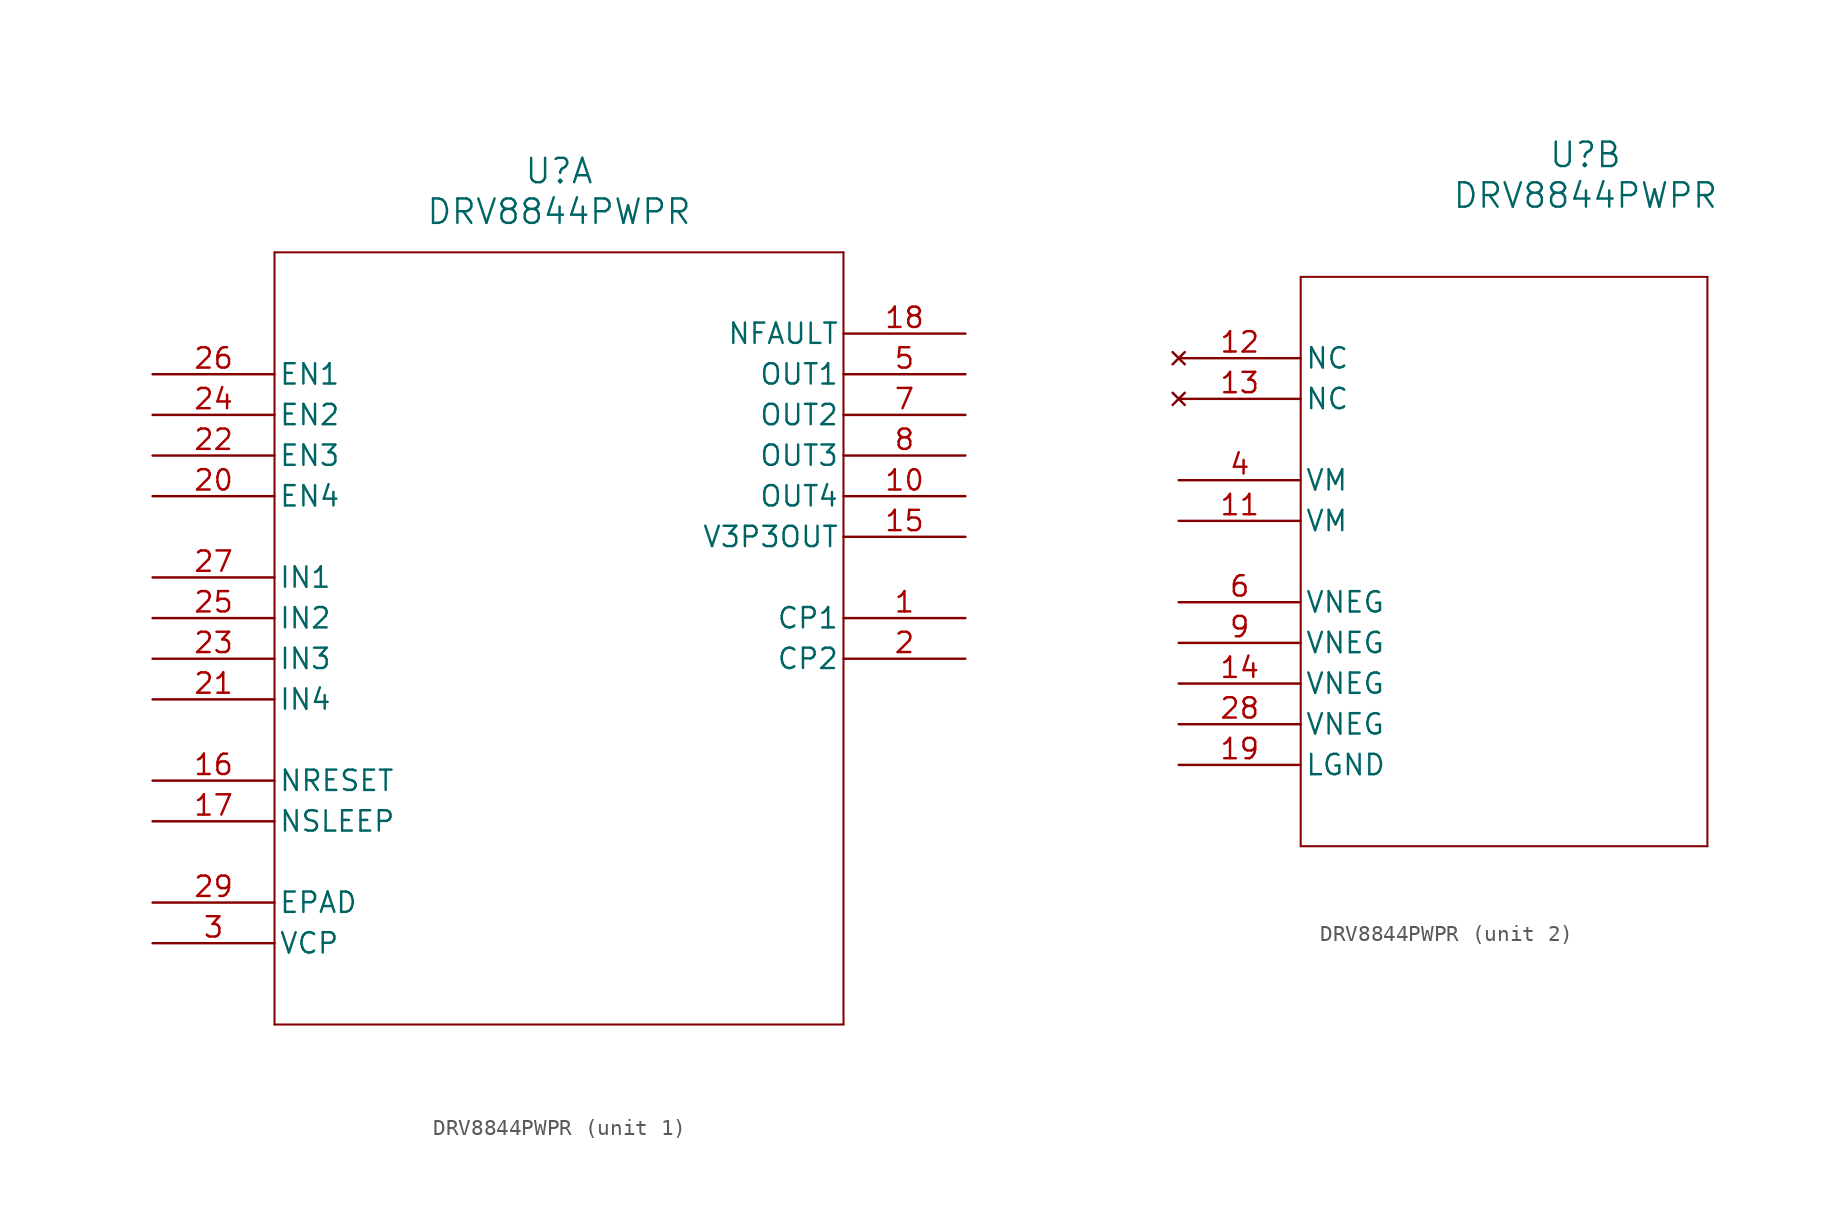
<source format=kicad_sym>
(kicad_symbol_lib
  (version 20211014)
  (generator kicad_symbol_editor)
  (symbol "DRV8844PWPR"
    (pin_names
      (offset 0.254))
    (property "Reference" "U"
      (at 25.4 12.7 0)
      (effects (font (size 1.524 1.524))))
    (property "Value" "DRV8844PWPR"
      (at 25.4 10.16 0)
      (effects (font (size 1.524 1.524))))
    (symbol "DRV8844PWPR_1_1"
      (polyline (pts (xy 7.62 7.62) (xy 7.62 -40.64)) (stroke (width 0.127) (type default) (color 0 0 0 0)) (fill (type none)))
      (polyline (pts (xy 7.62 -40.64) (xy 43.18 -40.64)) (stroke (width 0.127) (type default) (color 0 0 0 0)) (fill (type none)))
      (polyline (pts (xy 43.18 -40.64) (xy 43.18 7.62)) (stroke (width 0.127) (type default) (color 0 0 0 0)) (fill (type none)))
      (polyline (pts (xy 43.18 7.62) (xy 7.62 7.62)) (stroke (width 0.127) (type default) (color 0 0 0 0)) (fill (type none)))
      (pin bidirectional line (at 50.8 -15.24 180) (length 7.62) (name "CP1" (effects (font (size 1.27 1.27)))) (number "1" (effects (font (size 1.27 1.27)))))
      (pin bidirectional line (at 50.8 -17.78 180) (length 7.62) (name "CP2" (effects (font (size 1.27 1.27)))) (number "2" (effects (font (size 1.27 1.27)))))
      (pin bidirectional line (at 0 -35.56 0) (length 7.62) (name "VCP" (effects (font (size 1.27 1.27)))) (number "3" (effects (font (size 1.27 1.27)))))
      (pin output line (at 50.8 0 180) (length 7.62) (name "OUT1" (effects (font (size 1.27 1.27)))) (number "5" (effects (font (size 1.27 1.27)))))
      (pin output line (at 50.8 -2.54 180) (length 7.62) (name "OUT2" (effects (font (size 1.27 1.27)))) (number "7" (effects (font (size 1.27 1.27)))))
      (pin output line (at 50.8 -5.08 180) (length 7.62) (name "OUT3" (effects (font (size 1.27 1.27)))) (number "8" (effects (font (size 1.27 1.27)))))
      (pin output line (at 50.8 -7.62 180) (length 7.62) (name "OUT4" (effects (font (size 1.27 1.27)))) (number "10" (effects (font (size 1.27 1.27)))))
      (pin output line (at 50.8 -10.16 180) (length 7.62) (name "V3P3OUT" (effects (font (size 1.27 1.27)))) (number "15" (effects (font (size 1.27 1.27)))))
      (pin input line (at 0 -25.4 0) (length 7.62) (name "NRESET" (effects (font (size 1.27 1.27)))) (number "16" (effects (font (size 1.27 1.27)))))
      (pin input line (at 0 -27.94 0) (length 7.62) (name "NSLEEP" (effects (font (size 1.27 1.27)))) (number "17" (effects (font (size 1.27 1.27)))))
      (pin output line (at 50.8 2.54 180) (length 7.62) (name "NFAULT" (effects (font (size 1.27 1.27)))) (number "18" (effects (font (size 1.27 1.27)))))
      (pin input line (at 0 -7.62 0) (length 7.62) (name "EN4" (effects (font (size 1.27 1.27)))) (number "20" (effects (font (size 1.27 1.27)))))
      (pin input line (at 0 -20.32 0) (length 7.62) (name "IN4" (effects (font (size 1.27 1.27)))) (number "21" (effects (font (size 1.27 1.27)))))
      (pin input line (at 0 -5.08 0) (length 7.62) (name "EN3" (effects (font (size 1.27 1.27)))) (number "22" (effects (font (size 1.27 1.27)))))
      (pin input line (at 0 -17.78 0) (length 7.62) (name "IN3" (effects (font (size 1.27 1.27)))) (number "23" (effects (font (size 1.27 1.27)))))
      (pin input line (at 0 -2.54 0) (length 7.62) (name "EN2" (effects (font (size 1.27 1.27)))) (number "24" (effects (font (size 1.27 1.27)))))
      (pin input line (at 0 -15.24 0) (length 7.62) (name "IN2" (effects (font (size 1.27 1.27)))) (number "25" (effects (font (size 1.27 1.27)))))
      (pin input line (at 0 0 0) (length 7.62) (name "EN1" (effects (font (size 1.27 1.27)))) (number "26" (effects (font (size 1.27 1.27)))))
      (pin input line (at 0 -12.7 0) (length 7.62) (name "IN1" (effects (font (size 1.27 1.27)))) (number "27" (effects (font (size 1.27 1.27)))))
      (pin unspecified line (at 0 -33.02 0) (length 7.62) (name "EPAD" (effects (font (size 1.27 1.27)))) (number "29" (effects (font (size 1.27 1.27))))))
    (symbol "DRV8844PWPR_2_1"
      (polyline (pts (xy 7.62 5.08) (xy 7.62 -30.48)) (stroke (width 0.127) (type default) (color 0 0 0 0)) (fill (type none)))
      (polyline (pts (xy 7.62 -30.48) (xy 33.02 -30.48)) (stroke (width 0.127) (type default) (color 0 0 0 0)) (fill (type none)))
      (polyline (pts (xy 33.02 -30.48) (xy 33.02 5.08)) (stroke (width 0.127) (type default) (color 0 0 0 0)) (fill (type none)))
      (polyline (pts (xy 33.02 5.08) (xy 7.62 5.08)) (stroke (width 0.127) (type default) (color 0 0 0 0)) (fill (type none)))
      (pin power_in line (at 0 -7.62 0) (length 7.62) (name "VM" (effects (font (size 1.27 1.27)))) (number "4" (effects (font (size 1.27 1.27)))))
      (pin power_in line (at 0 -15.24 0) (length 7.62) (name "VNEG" (effects (font (size 1.27 1.27)))) (number "6" (effects (font (size 1.27 1.27)))))
      (pin power_in line (at 0 -17.78 0) (length 7.62) (name "VNEG" (effects (font (size 1.27 1.27)))) (number "9" (effects (font (size 1.27 1.27)))))
      (pin power_in line (at 0 -10.16 0) (length 7.62) (name "VM" (effects (font (size 1.27 1.27)))) (number "11" (effects (font (size 1.27 1.27)))))
      (pin no_connect line (at 0 0 0) (length 7.62) (name "NC" (effects (font (size 1.27 1.27)))) (number "12" (effects (font (size 1.27 1.27)))))
      (pin no_connect line (at 0 -2.54 0) (length 7.62) (name "NC" (effects (font (size 1.27 1.27)))) (number "13" (effects (font (size 1.27 1.27)))))
      (pin power_in line (at 0 -20.32 0) (length 7.62) (name "VNEG" (effects (font (size 1.27 1.27)))) (number "14" (effects (font (size 1.27 1.27)))))
      (pin input line (at 0 -25.4 0) (length 7.62) (name "LGND" (effects (font (size 1.27 1.27)))) (number "19" (effects (font (size 1.27 1.27)))))
      (pin power_in line (at 0 -22.86 0) (length 7.62) (name "VNEG" (effects (font (size 1.27 1.27)))) (number "28" (effects (font (size 1.27 1.27))))))))
</source>
